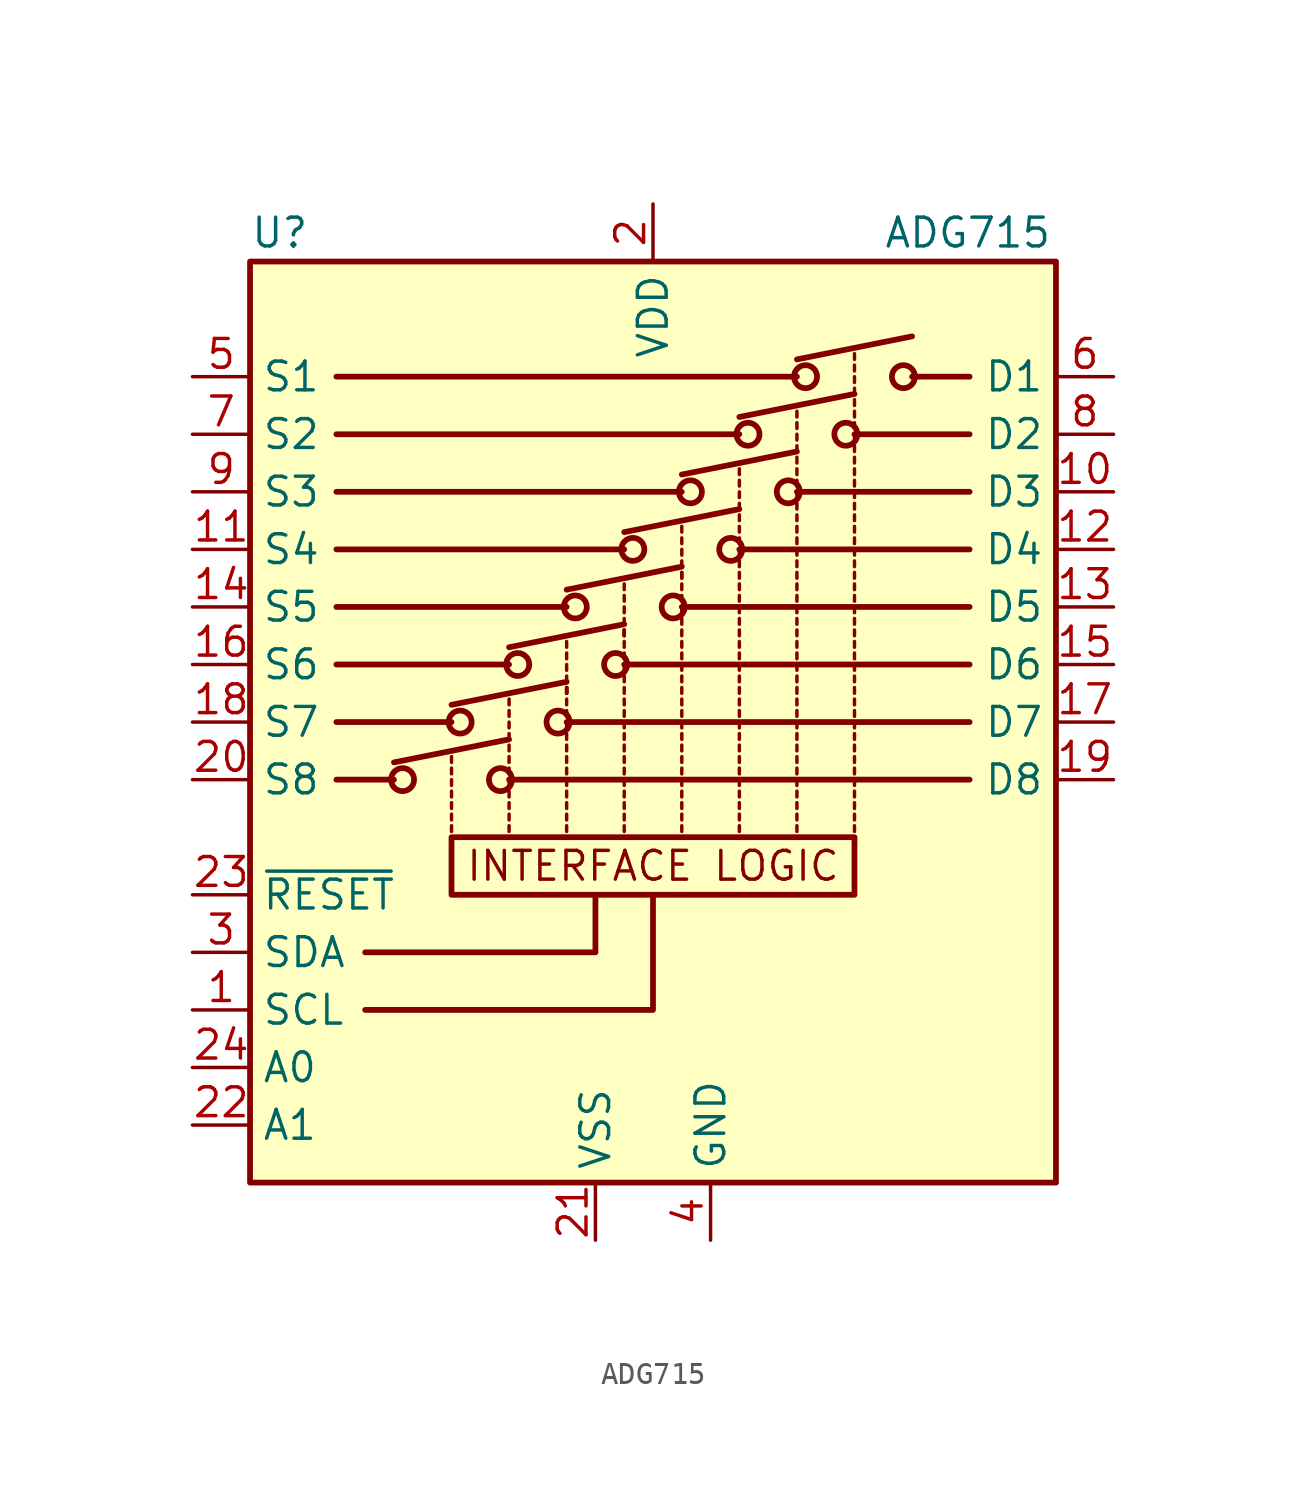
<source format=kicad_sym>
(kicad_symbol_lib
  (version 20201005)
  (generator kicad_symbol_editor)
  (symbol "Analog_Switch:ADG715"
    (property "Reference" "U"
      (at -17.78 24.13 0)
      (effects (font (size 1.27 1.27)) (justify left)))
    (property "Value" "ADG715"
      (at 10.16 24.13 0)
      (effects (font (size 1.27 1.27)) (justify left)))
    (symbol "ADG715_0_0"
      (text "INTERFACE LOGIC" (at 0 -3.81 0) (effects (font (size 1.27 1.27))))
      (polyline (pts (xy -12.7 -7.62) (xy -2.54 -7.62) (xy -2.54 -5.08)) (stroke (width 0.254)) (fill (type none)))
      (polyline (pts (xy -12.7 -10.16) (xy 0 -10.16) (xy 0 -7.62) (xy 0 -5.08)) (stroke (width 0.254)) (fill (type none))))
    (symbol "ADG715_0_1"
      (rectangle (start -17.78 -17.78) (end 17.78 22.86) (stroke (width 0.254)) (fill (type background)))
      (rectangle (start -8.89 -2.54) (end 8.89 -5.08) (stroke (width 0.254)) (fill (type none)))
      (polyline (pts (xy -11.43 0) (xy -13.97 0)) (stroke (width 0.254)) (fill (type none)))
      (polyline (pts (xy -8.89 2.54) (xy -13.97 2.54)) (stroke (width 0.254)) (fill (type none)))
      (polyline (pts (xy -6.35 0) (xy 13.97 0)) (stroke (width 0.254)) (fill (type none)))
      (polyline (pts (xy -6.35 5.08) (xy -13.97 5.08)) (stroke (width 0.254)) (fill (type none)))
      (polyline (pts (xy -3.81 2.54) (xy 13.97 2.54)) (stroke (width 0.254)) (fill (type none)))
      (polyline (pts (xy -3.81 7.62) (xy -13.97 7.62)) (stroke (width 0.254)) (fill (type none)))
      (polyline (pts (xy -1.27 5.08) (xy 13.97 5.08)) (stroke (width 0.254)) (fill (type none)))
      (polyline (pts (xy -1.27 10.16) (xy -13.97 10.16)) (stroke (width 0.254)) (fill (type none)))
      (polyline (pts (xy 1.27 7.62) (xy 13.97 7.62)) (stroke (width 0.254)) (fill (type none)))
      (polyline (pts (xy 1.27 12.7) (xy -13.97 12.7)) (stroke (width 0.254)) (fill (type none)))
      (polyline (pts (xy 3.81 10.16) (xy 13.97 10.16)) (stroke (width 0.254)) (fill (type none)))
      (polyline (pts (xy 3.81 15.24) (xy -13.97 15.24)) (stroke (width 0.254)) (fill (type none)))
      (polyline (pts (xy 6.35 12.7) (xy 13.97 12.7)) (stroke (width 0.254)) (fill (type none)))
      (polyline (pts (xy 6.35 17.78) (xy -13.97 17.78)) (stroke (width 0.254)) (fill (type none)))
      (polyline (pts (xy 8.89 15.24) (xy 13.97 15.24)) (stroke (width 0.254)) (fill (type none)))
      (polyline (pts (xy 11.43 17.78) (xy 13.97 17.78)) (stroke (width 0.254)) (fill (type none))))
    (symbol "ADG715_1_1"
      (circle (center -11.049 0) (radius 0.508) (stroke (width 0.254)) (fill (type none)))
      (circle (center -8.509 2.54) (radius 0.508) (stroke (width 0.254)) (fill (type none)))
      (circle (center -6.731 0) (radius 0.508) (stroke (width 0.254)) (fill (type none)))
      (circle (center -5.969 5.08) (radius 0.508) (stroke (width 0.254)) (fill (type none)))
      (circle (center -4.191 2.54) (radius 0.508) (stroke (width 0.254)) (fill (type none)))
      (circle (center -3.429 7.62) (radius 0.508) (stroke (width 0.254)) (fill (type none)))
      (circle (center -1.651 5.08) (radius 0.508) (stroke (width 0.254)) (fill (type none)))
      (circle (center -0.889 10.16) (radius 0.508) (stroke (width 0.254)) (fill (type none)))
      (circle (center 0.889 7.62) (radius 0.508) (stroke (width 0.254)) (fill (type none)))
      (circle (center 1.651 12.7) (radius 0.508) (stroke (width 0.254)) (fill (type none)))
      (circle (center 3.429 10.16) (radius 0.508) (stroke (width 0.254)) (fill (type none)))
      (circle (center 4.191 15.24) (radius 0.508) (stroke (width 0.254)) (fill (type none)))
      (circle (center 5.969 12.7) (radius 0.508) (stroke (width 0.254)) (fill (type none)))
      (circle (center 6.731 17.78) (radius 0.508) (stroke (width 0.254)) (fill (type none)))
      (circle (center 8.509 15.24) (radius 0.508) (stroke (width 0.254)) (fill (type none)))
      (circle (center 11.049 17.78) (radius 0.508) (stroke (width 0.254)) (fill (type none)))
      (polyline (pts (xy -11.43 0.762) (xy -6.35 1.778)) (stroke (width 0.254)) (fill (type none)))
      (polyline (pts (xy -8.89 -2.286) (xy -8.89 -2.032)) (stroke (width 0)) (fill (type none)))
      (polyline (pts (xy -8.89 -1.778) (xy -8.89 -1.524)) (stroke (width 0)) (fill (type none)))
      (polyline (pts (xy -8.89 -1.27) (xy -8.89 -1.016)) (stroke (width 0)) (fill (type none)))
      (polyline (pts (xy -8.89 -0.762) (xy -8.89 -0.508)) (stroke (width 0)) (fill (type none)))
      (polyline (pts (xy -8.89 -0.254) (xy -8.89 0)) (stroke (width 0)) (fill (type none)))
      (polyline (pts (xy -8.89 0.254) (xy -8.89 0.508)) (stroke (width 0)) (fill (type none)))
      (polyline (pts (xy -8.89 0.762) (xy -8.89 1.016)) (stroke (width 0)) (fill (type none)))
      (polyline (pts (xy -8.89 3.302) (xy -3.81 4.318)) (stroke (width 0.254)) (fill (type none)))
      (polyline (pts (xy -6.35 -2.286) (xy -6.35 -2.032)) (stroke (width 0)) (fill (type none)))
      (polyline (pts (xy -6.35 -1.778) (xy -6.35 -1.524)) (stroke (width 0)) (fill (type none)))
      (polyline (pts (xy -6.35 -1.27) (xy -6.35 -1.016)) (stroke (width 0)) (fill (type none)))
      (polyline (pts (xy -6.35 -0.762) (xy -6.35 -0.508)) (stroke (width 0)) (fill (type none)))
      (polyline (pts (xy -6.35 -0.254) (xy -6.35 0)) (stroke (width 0)) (fill (type none)))
      (polyline (pts (xy -6.35 0.254) (xy -6.35 0.508)) (stroke (width 0)) (fill (type none)))
      (polyline (pts (xy -6.35 0.762) (xy -6.35 1.016)) (stroke (width 0)) (fill (type none)))
      (polyline (pts (xy -6.35 1.27) (xy -6.35 1.524)) (stroke (width 0)) (fill (type none)))
      (polyline (pts (xy -6.35 1.778) (xy -6.35 2.032)) (stroke (width 0)) (fill (type none)))
      (polyline (pts (xy -6.35 2.286) (xy -6.35 2.54)) (stroke (width 0)) (fill (type none)))
      (polyline (pts (xy -6.35 2.794) (xy -6.35 3.048)) (stroke (width 0)) (fill (type none)))
      (polyline (pts (xy -6.35 3.302) (xy -6.35 3.556)) (stroke (width 0)) (fill (type none)))
      (polyline (pts (xy -6.35 5.842) (xy -1.27 6.858)) (stroke (width 0.254)) (fill (type none)))
      (polyline (pts (xy -3.81 -2.286) (xy -3.81 -2.032)) (stroke (width 0)) (fill (type none)))
      (polyline (pts (xy -3.81 -1.778) (xy -3.81 -1.524)) (stroke (width 0)) (fill (type none)))
      (polyline (pts (xy -3.81 -1.27) (xy -3.81 -1.016)) (stroke (width 0)) (fill (type none)))
      (polyline (pts (xy -3.81 -0.762) (xy -3.81 -0.508)) (stroke (width 0)) (fill (type none)))
      (polyline (pts (xy -3.81 -0.254) (xy -3.81 0)) (stroke (width 0)) (fill (type none)))
      (polyline (pts (xy -3.81 0.254) (xy -3.81 0.508)) (stroke (width 0)) (fill (type none)))
      (polyline (pts (xy -3.81 0.762) (xy -3.81 1.016)) (stroke (width 0)) (fill (type none)))
      (polyline (pts (xy -3.81 1.27) (xy -3.81 1.524)) (stroke (width 0)) (fill (type none)))
      (polyline (pts (xy -3.81 1.778) (xy -3.81 2.032)) (stroke (width 0)) (fill (type none)))
      (polyline (pts (xy -3.81 2.286) (xy -3.81 2.54)) (stroke (width 0)) (fill (type none)))
      (polyline (pts (xy -3.81 2.794) (xy -3.81 3.048)) (stroke (width 0)) (fill (type none)))
      (polyline (pts (xy -3.81 3.302) (xy -3.81 3.556)) (stroke (width 0)) (fill (type none)))
      (polyline (pts (xy -3.81 3.81) (xy -3.81 4.064)) (stroke (width 0)) (fill (type none)))
      (polyline (pts (xy -3.81 3.81) (xy -3.81 4.064)) (stroke (width 0)) (fill (type none)))
      (polyline (pts (xy -3.81 3.81) (xy -3.81 4.064)) (stroke (width 0)) (fill (type none)))
      (polyline (pts (xy -3.81 3.81) (xy -3.81 4.064)) (stroke (width 0)) (fill (type none)))
      (polyline (pts (xy -3.81 4.318) (xy -3.81 4.572)) (stroke (width 0)) (fill (type none)))
      (polyline (pts (xy -3.81 4.826) (xy -3.81 5.08)) (stroke (width 0)) (fill (type none)))
      (polyline (pts (xy -3.81 5.334) (xy -3.81 5.588)) (stroke (width 0)) (fill (type none)))
      (polyline (pts (xy -3.81 5.842) (xy -3.81 6.096)) (stroke (width 0)) (fill (type none)))
      (polyline (pts (xy -3.81 8.382) (xy 1.27 9.398)) (stroke (width 0.254)) (fill (type none)))
      (polyline (pts (xy -1.27 -2.286) (xy -1.27 -2.032)) (stroke (width 0)) (fill (type none)))
      (polyline (pts (xy -1.27 -1.778) (xy -1.27 -1.524)) (stroke (width 0)) (fill (type none)))
      (polyline (pts (xy -1.27 -1.27) (xy -1.27 -1.016)) (stroke (width 0)) (fill (type none)))
      (polyline (pts (xy -1.27 -0.762) (xy -1.27 -0.508)) (stroke (width 0)) (fill (type none)))
      (polyline (pts (xy -1.27 -0.254) (xy -1.27 0)) (stroke (width 0)) (fill (type none)))
      (polyline (pts (xy -1.27 0.254) (xy -1.27 0.508)) (stroke (width 0)) (fill (type none)))
      (polyline (pts (xy -1.27 0.762) (xy -1.27 1.016)) (stroke (width 0)) (fill (type none)))
      (polyline (pts (xy -1.27 1.27) (xy -1.27 1.524)) (stroke (width 0)) (fill (type none)))
      (polyline (pts (xy -1.27 1.778) (xy -1.27 2.032)) (stroke (width 0)) (fill (type none)))
      (polyline (pts (xy -1.27 2.286) (xy -1.27 2.54)) (stroke (width 0)) (fill (type none)))
      (polyline (pts (xy -1.27 2.794) (xy -1.27 3.048)) (stroke (width 0)) (fill (type none)))
      (polyline (pts (xy -1.27 3.302) (xy -1.27 3.556)) (stroke (width 0)) (fill (type none)))
      (polyline (pts (xy -1.27 3.81) (xy -1.27 4.064)) (stroke (width 0)) (fill (type none)))
      (polyline (pts (xy -1.27 4.318) (xy -1.27 4.572)) (stroke (width 0)) (fill (type none)))
      (polyline (pts (xy -1.27 4.826) (xy -1.27 5.08)) (stroke (width 0)) (fill (type none)))
      (polyline (pts (xy -1.27 5.334) (xy -1.27 5.588)) (stroke (width 0)) (fill (type none)))
      (polyline (pts (xy -1.27 5.842) (xy -1.27 6.096)) (stroke (width 0)) (fill (type none)))
      (polyline (pts (xy -1.27 6.35) (xy -1.27 6.604)) (stroke (width 0)) (fill (type none)))
      (polyline (pts (xy -1.27 6.35) (xy -1.27 6.604)) (stroke (width 0)) (fill (type none)))
      (polyline (pts (xy -1.27 6.35) (xy -1.27 6.604)) (stroke (width 0)) (fill (type none)))
      (polyline (pts (xy -1.27 6.858) (xy -1.27 7.112)) (stroke (width 0)) (fill (type none)))
      (polyline (pts (xy -1.27 7.366) (xy -1.27 7.62)) (stroke (width 0)) (fill (type none)))
      (polyline (pts (xy -1.27 7.874) (xy -1.27 8.128)) (stroke (width 0)) (fill (type none)))
      (polyline (pts (xy -1.27 8.382) (xy -1.27 8.636)) (stroke (width 0)) (fill (type none)))
      (polyline (pts (xy -1.27 10.922) (xy 3.81 11.938)) (stroke (width 0.254)) (fill (type none)))
      (polyline (pts (xy 1.27 -2.286) (xy 1.27 -2.032)) (stroke (width 0)) (fill (type none)))
      (polyline (pts (xy 1.27 -1.778) (xy 1.27 -1.524)) (stroke (width 0)) (fill (type none)))
      (polyline (pts (xy 1.27 -1.27) (xy 1.27 -1.016)) (stroke (width 0)) (fill (type none)))
      (polyline (pts (xy 1.27 -0.762) (xy 1.27 -0.508)) (stroke (width 0)) (fill (type none)))
      (polyline (pts (xy 1.27 -0.254) (xy 1.27 0)) (stroke (width 0)) (fill (type none)))
      (polyline (pts (xy 1.27 0.254) (xy 1.27 0.508)) (stroke (width 0)) (fill (type none)))
      (polyline (pts (xy 1.27 0.762) (xy 1.27 1.016)) (stroke (width 0)) (fill (type none)))
      (polyline (pts (xy 1.27 1.27) (xy 1.27 1.524)) (stroke (width 0)) (fill (type none)))
      (polyline (pts (xy 1.27 1.778) (xy 1.27 2.032)) (stroke (width 0)) (fill (type none)))
      (polyline (pts (xy 1.27 2.286) (xy 1.27 2.54)) (stroke (width 0)) (fill (type none)))
      (polyline (pts (xy 1.27 2.794) (xy 1.27 3.048)) (stroke (width 0)) (fill (type none)))
      (polyline (pts (xy 1.27 3.302) (xy 1.27 3.556)) (stroke (width 0)) (fill (type none)))
      (polyline (pts (xy 1.27 3.81) (xy 1.27 4.064)) (stroke (width 0)) (fill (type none)))
      (polyline (pts (xy 1.27 4.318) (xy 1.27 4.572)) (stroke (width 0)) (fill (type none)))
      (polyline (pts (xy 1.27 4.826) (xy 1.27 5.08)) (stroke (width 0)) (fill (type none)))
      (polyline (pts (xy 1.27 5.334) (xy 1.27 5.588)) (stroke (width 0)) (fill (type none)))
      (polyline (pts (xy 1.27 5.842) (xy 1.27 6.096)) (stroke (width 0)) (fill (type none)))
      (polyline (pts (xy 1.27 6.35) (xy 1.27 6.604)) (stroke (width 0)) (fill (type none)))
      (polyline (pts (xy 1.27 6.858) (xy 1.27 7.112)) (stroke (width 0)) (fill (type none)))
      (polyline (pts (xy 1.27 7.366) (xy 1.27 7.62)) (stroke (width 0)) (fill (type none)))
      (polyline (pts (xy 1.27 7.874) (xy 1.27 8.128)) (stroke (width 0)) (fill (type none)))
      (polyline (pts (xy 1.27 8.382) (xy 1.27 8.636)) (stroke (width 0)) (fill (type none)))
      (polyline (pts (xy 1.27 8.89) (xy 1.27 9.144)) (stroke (width 0)) (fill (type none)))
      (polyline (pts (xy 1.27 8.89) (xy 1.27 9.144)) (stroke (width 0)) (fill (type none)))
      (polyline (pts (xy 1.27 9.398) (xy 1.27 9.652)) (stroke (width 0)) (fill (type none)))
      (polyline (pts (xy 1.27 9.906) (xy 1.27 10.16)) (stroke (width 0)) (fill (type none)))
      (polyline (pts (xy 1.27 10.414) (xy 1.27 10.668)) (stroke (width 0)) (fill (type none)))
      (polyline (pts (xy 1.27 10.922) (xy 1.27 11.176)) (stroke (width 0)) (fill (type none)))
      (polyline (pts (xy 1.27 13.462) (xy 6.35 14.478)) (stroke (width 0.254)) (fill (type none)))
      (polyline (pts (xy 3.81 -2.286) (xy 3.81 -2.032)) (stroke (width 0)) (fill (type none)))
      (polyline (pts (xy 3.81 -1.778) (xy 3.81 -1.524)) (stroke (width 0)) (fill (type none)))
      (polyline (pts (xy 3.81 -1.27) (xy 3.81 -1.016)) (stroke (width 0)) (fill (type none)))
      (polyline (pts (xy 3.81 -0.762) (xy 3.81 -0.508)) (stroke (width 0)) (fill (type none)))
      (polyline (pts (xy 3.81 -0.254) (xy 3.81 0)) (stroke (width 0)) (fill (type none)))
      (polyline (pts (xy 3.81 0.254) (xy 3.81 0.508)) (stroke (width 0)) (fill (type none)))
      (polyline (pts (xy 3.81 0.762) (xy 3.81 1.016)) (stroke (width 0)) (fill (type none)))
      (polyline (pts (xy 3.81 1.27) (xy 3.81 1.524)) (stroke (width 0)) (fill (type none)))
      (polyline (pts (xy 3.81 1.778) (xy 3.81 2.032)) (stroke (width 0)) (fill (type none)))
      (polyline (pts (xy 3.81 2.286) (xy 3.81 2.54)) (stroke (width 0)) (fill (type none)))
      (polyline (pts (xy 3.81 2.794) (xy 3.81 3.048)) (stroke (width 0)) (fill (type none)))
      (polyline (pts (xy 3.81 3.302) (xy 3.81 3.556)) (stroke (width 0)) (fill (type none)))
      (polyline (pts (xy 3.81 3.81) (xy 3.81 4.064)) (stroke (width 0)) (fill (type none)))
      (polyline (pts (xy 3.81 4.318) (xy 3.81 4.572)) (stroke (width 0)) (fill (type none)))
      (polyline (pts (xy 3.81 4.826) (xy 3.81 5.08)) (stroke (width 0)) (fill (type none)))
      (polyline (pts (xy 3.81 5.334) (xy 3.81 5.588)) (stroke (width 0)) (fill (type none)))
      (polyline (pts (xy 3.81 5.842) (xy 3.81 6.096)) (stroke (width 0)) (fill (type none)))
      (polyline (pts (xy 3.81 6.35) (xy 3.81 6.604)) (stroke (width 0)) (fill (type none)))
      (polyline (pts (xy 3.81 6.858) (xy 3.81 7.112)) (stroke (width 0)) (fill (type none)))
      (polyline (pts (xy 3.81 7.366) (xy 3.81 7.62)) (stroke (width 0)) (fill (type none)))
      (polyline (pts (xy 3.81 7.874) (xy 3.81 8.128)) (stroke (width 0)) (fill (type none)))
      (polyline (pts (xy 3.81 8.382) (xy 3.81 8.636)) (stroke (width 0)) (fill (type none)))
      (polyline (pts (xy 3.81 8.89) (xy 3.81 9.144)) (stroke (width 0)) (fill (type none)))
      (polyline (pts (xy 3.81 9.398) (xy 3.81 9.652)) (stroke (width 0)) (fill (type none)))
      (polyline (pts (xy 3.81 9.906) (xy 3.81 10.16)) (stroke (width 0)) (fill (type none)))
      (polyline (pts (xy 3.81 10.414) (xy 3.81 10.668)) (stroke (width 0)) (fill (type none)))
      (polyline (pts (xy 3.81 10.922) (xy 3.81 11.176)) (stroke (width 0)) (fill (type none)))
      (polyline (pts (xy 3.81 11.43) (xy 3.81 11.684)) (stroke (width 0)) (fill (type none)))
      (polyline (pts (xy 3.81 11.938) (xy 3.81 12.192)) (stroke (width 0)) (fill (type none)))
      (polyline (pts (xy 3.81 12.446) (xy 3.81 12.7)) (stroke (width 0)) (fill (type none)))
      (polyline (pts (xy 3.81 12.954) (xy 3.81 13.208)) (stroke (width 0)) (fill (type none)))
      (polyline (pts (xy 3.81 13.462) (xy 3.81 13.716)) (stroke (width 0)) (fill (type none)))
      (polyline (pts (xy 3.81 16.002) (xy 8.89 17.018)) (stroke (width 0.254)) (fill (type none)))
      (polyline (pts (xy 6.35 -2.286) (xy 6.35 -2.032)) (stroke (width 0)) (fill (type none)))
      (polyline (pts (xy 6.35 -1.778) (xy 6.35 -1.524)) (stroke (width 0)) (fill (type none)))
      (polyline (pts (xy 6.35 -1.27) (xy 6.35 -1.016)) (stroke (width 0)) (fill (type none)))
      (polyline (pts (xy 6.35 -0.762) (xy 6.35 -0.508)) (stroke (width 0)) (fill (type none)))
      (polyline (pts (xy 6.35 -0.254) (xy 6.35 0)) (stroke (width 0)) (fill (type none)))
      (polyline (pts (xy 6.35 0.254) (xy 6.35 0.508)) (stroke (width 0)) (fill (type none)))
      (polyline (pts (xy 6.35 0.762) (xy 6.35 1.016)) (stroke (width 0)) (fill (type none)))
      (polyline (pts (xy 6.35 1.27) (xy 6.35 1.524)) (stroke (width 0)) (fill (type none)))
      (polyline (pts (xy 6.35 1.778) (xy 6.35 2.032)) (stroke (width 0)) (fill (type none)))
      (polyline (pts (xy 6.35 2.286) (xy 6.35 2.54)) (stroke (width 0)) (fill (type none)))
      (polyline (pts (xy 6.35 2.794) (xy 6.35 3.048)) (stroke (width 0)) (fill (type none)))
      (polyline (pts (xy 6.35 3.302) (xy 6.35 3.556)) (stroke (width 0)) (fill (type none)))
      (polyline (pts (xy 6.35 3.81) (xy 6.35 4.064)) (stroke (width 0)) (fill (type none)))
      (polyline (pts (xy 6.35 4.318) (xy 6.35 4.572)) (stroke (width 0)) (fill (type none)))
      (polyline (pts (xy 6.35 4.826) (xy 6.35 5.08)) (stroke (width 0)) (fill (type none)))
      (polyline (pts (xy 6.35 5.334) (xy 6.35 5.588)) (stroke (width 0)) (fill (type none)))
      (polyline (pts (xy 6.35 5.842) (xy 6.35 6.096)) (stroke (width 0)) (fill (type none)))
      (polyline (pts (xy 6.35 6.35) (xy 6.35 6.604)) (stroke (width 0)) (fill (type none)))
      (polyline (pts (xy 6.35 6.858) (xy 6.35 7.112)) (stroke (width 0)) (fill (type none)))
      (polyline (pts (xy 6.35 7.366) (xy 6.35 7.62)) (stroke (width 0)) (fill (type none)))
      (polyline (pts (xy 6.35 7.874) (xy 6.35 8.128)) (stroke (width 0)) (fill (type none)))
      (polyline (pts (xy 6.35 8.382) (xy 6.35 8.636)) (stroke (width 0)) (fill (type none)))
      (polyline (pts (xy 6.35 8.89) (xy 6.35 9.144)) (stroke (width 0)) (fill (type none)))
      (polyline (pts (xy 6.35 9.398) (xy 6.35 9.652)) (stroke (width 0)) (fill (type none)))
      (polyline (pts (xy 6.35 9.906) (xy 6.35 10.16)) (stroke (width 0)) (fill (type none)))
      (polyline (pts (xy 6.35 10.414) (xy 6.35 10.668)) (stroke (width 0)) (fill (type none)))
      (polyline (pts (xy 6.35 10.922) (xy 6.35 11.176)) (stroke (width 0)) (fill (type none)))
      (polyline (pts (xy 6.35 11.43) (xy 6.35 11.684)) (stroke (width 0)) (fill (type none)))
      (polyline (pts (xy 6.35 11.938) (xy 6.35 12.192)) (stroke (width 0)) (fill (type none)))
      (polyline (pts (xy 6.35 12.446) (xy 6.35 12.7)) (stroke (width 0)) (fill (type none)))
      (polyline (pts (xy 6.35 12.954) (xy 6.35 13.208)) (stroke (width 0)) (fill (type none)))
      (polyline (pts (xy 6.35 13.462) (xy 6.35 13.716)) (stroke (width 0)) (fill (type none)))
      (polyline (pts (xy 6.35 13.97) (xy 6.35 14.224)) (stroke (width 0)) (fill (type none)))
      (polyline (pts (xy 6.35 14.478) (xy 6.35 14.732)) (stroke (width 0)) (fill (type none)))
      (polyline (pts (xy 6.35 14.986) (xy 6.35 15.24)) (stroke (width 0)) (fill (type none)))
      (polyline (pts (xy 6.35 15.494) (xy 6.35 15.748)) (stroke (width 0)) (fill (type none)))
      (polyline (pts (xy 6.35 16.002) (xy 6.35 16.256)) (stroke (width 0)) (fill (type none)))
      (polyline (pts (xy 6.35 18.542) (xy 11.43 19.558)) (stroke (width 0.254)) (fill (type none)))
      (polyline (pts (xy 8.89 -2.286) (xy 8.89 -2.032)) (stroke (width 0)) (fill (type none)))
      (polyline (pts (xy 8.89 -1.778) (xy 8.89 -1.524)) (stroke (width 0)) (fill (type none)))
      (polyline (pts (xy 8.89 -1.27) (xy 8.89 -1.016)) (stroke (width 0)) (fill (type none)))
      (polyline (pts (xy 8.89 -0.762) (xy 8.89 -0.508)) (stroke (width 0)) (fill (type none)))
      (polyline (pts (xy 8.89 -0.254) (xy 8.89 0)) (stroke (width 0)) (fill (type none)))
      (polyline (pts (xy 8.89 0.254) (xy 8.89 0.508)) (stroke (width 0)) (fill (type none)))
      (polyline (pts (xy 8.89 0.762) (xy 8.89 1.016)) (stroke (width 0)) (fill (type none)))
      (polyline (pts (xy 8.89 1.27) (xy 8.89 1.524)) (stroke (width 0)) (fill (type none)))
      (polyline (pts (xy 8.89 1.778) (xy 8.89 2.032)) (stroke (width 0)) (fill (type none)))
      (polyline (pts (xy 8.89 2.286) (xy 8.89 2.54)) (stroke (width 0)) (fill (type none)))
      (polyline (pts (xy 8.89 2.794) (xy 8.89 3.048)) (stroke (width 0)) (fill (type none)))
      (polyline (pts (xy 8.89 3.302) (xy 8.89 3.556)) (stroke (width 0)) (fill (type none)))
      (polyline (pts (xy 8.89 3.81) (xy 8.89 4.064)) (stroke (width 0)) (fill (type none)))
      (polyline (pts (xy 8.89 4.318) (xy 8.89 4.572)) (stroke (width 0)) (fill (type none)))
      (polyline (pts (xy 8.89 4.826) (xy 8.89 5.08)) (stroke (width 0)) (fill (type none)))
      (polyline (pts (xy 8.89 5.334) (xy 8.89 5.588)) (stroke (width 0)) (fill (type none)))
      (polyline (pts (xy 8.89 5.842) (xy 8.89 6.096)) (stroke (width 0)) (fill (type none)))
      (polyline (pts (xy 8.89 6.35) (xy 8.89 6.604)) (stroke (width 0)) (fill (type none)))
      (polyline (pts (xy 8.89 6.858) (xy 8.89 7.112)) (stroke (width 0)) (fill (type none)))
      (polyline (pts (xy 8.89 7.366) (xy 8.89 7.62)) (stroke (width 0)) (fill (type none)))
      (polyline (pts (xy 8.89 7.874) (xy 8.89 8.128)) (stroke (width 0)) (fill (type none)))
      (polyline (pts (xy 8.89 8.382) (xy 8.89 8.636)) (stroke (width 0)) (fill (type none)))
      (polyline (pts (xy 8.89 8.89) (xy 8.89 9.144)) (stroke (width 0)) (fill (type none)))
      (polyline (pts (xy 8.89 9.398) (xy 8.89 9.652)) (stroke (width 0)) (fill (type none)))
      (polyline (pts (xy 8.89 9.906) (xy 8.89 10.16)) (stroke (width 0)) (fill (type none)))
      (polyline (pts (xy 8.89 10.414) (xy 8.89 10.668)) (stroke (width 0)) (fill (type none)))
      (polyline (pts (xy 8.89 10.922) (xy 8.89 11.176)) (stroke (width 0)) (fill (type none)))
      (polyline (pts (xy 8.89 11.43) (xy 8.89 11.684)) (stroke (width 0)) (fill (type none)))
      (polyline (pts (xy 8.89 11.938) (xy 8.89 12.192)) (stroke (width 0)) (fill (type none)))
      (polyline (pts (xy 8.89 12.446) (xy 8.89 12.7)) (stroke (width 0)) (fill (type none)))
      (polyline (pts (xy 8.89 12.954) (xy 8.89 13.208)) (stroke (width 0)) (fill (type none)))
      (polyline (pts (xy 8.89 13.462) (xy 8.89 13.716)) (stroke (width 0)) (fill (type none)))
      (polyline (pts (xy 8.89 13.97) (xy 8.89 14.224)) (stroke (width 0)) (fill (type none)))
      (polyline (pts (xy 8.89 14.478) (xy 8.89 14.732)) (stroke (width 0)) (fill (type none)))
      (polyline (pts (xy 8.89 14.986) (xy 8.89 15.24)) (stroke (width 0)) (fill (type none)))
      (polyline (pts (xy 8.89 15.494) (xy 8.89 15.748)) (stroke (width 0)) (fill (type none)))
      (polyline (pts (xy 8.89 16.002) (xy 8.89 16.256)) (stroke (width 0)) (fill (type none)))
      (polyline (pts (xy 8.89 16.51) (xy 8.89 16.764)) (stroke (width 0)) (fill (type none)))
      (polyline (pts (xy 8.89 17.018) (xy 8.89 17.272)) (stroke (width 0)) (fill (type none)))
      (polyline (pts (xy 8.89 17.526) (xy 8.89 17.78)) (stroke (width 0)) (fill (type none)))
      (polyline (pts (xy 8.89 18.034) (xy 8.89 18.288)) (stroke (width 0)) (fill (type none)))
      (polyline (pts (xy 8.89 18.542) (xy 8.89 18.796)) (stroke (width 0)) (fill (type none)))
      (pin input line (at -20.32 -10.16 0) (length 2.54) (name "SCL" (effects (font (size 1.27 1.27)))) (number "1" (effects (font (size 1.27 1.27)))))
      (pin passive line (at 20.32 12.7 180) (length 2.54) (name "D3" (effects (font (size 1.27 1.27)))) (number "10" (effects (font (size 1.27 1.27)))))
      (pin passive line (at -20.32 10.16 0) (length 2.54) (name "S4" (effects (font (size 1.27 1.27)))) (number "11" (effects (font (size 1.27 1.27)))))
      (pin passive line (at 20.32 10.16 180) (length 2.54) (name "D4" (effects (font (size 1.27 1.27)))) (number "12" (effects (font (size 1.27 1.27)))))
      (pin passive line (at 20.32 7.62 180) (length 2.54) (name "D5" (effects (font (size 1.27 1.27)))) (number "13" (effects (font (size 1.27 1.27)))))
      (pin passive line (at -20.32 7.62 0) (length 2.54) (name "S5" (effects (font (size 1.27 1.27)))) (number "14" (effects (font (size 1.27 1.27)))))
      (pin passive line (at 20.32 5.08 180) (length 2.54) (name "D6" (effects (font (size 1.27 1.27)))) (number "15" (effects (font (size 1.27 1.27)))))
      (pin passive line (at -20.32 5.08 0) (length 2.54) (name "S6" (effects (font (size 1.27 1.27)))) (number "16" (effects (font (size 1.27 1.27)))))
      (pin passive line (at 20.32 2.54 180) (length 2.54) (name "D7" (effects (font (size 1.27 1.27)))) (number "17" (effects (font (size 1.27 1.27)))))
      (pin passive line (at -20.32 2.54 0) (length 2.54) (name "S7" (effects (font (size 1.27 1.27)))) (number "18" (effects (font (size 1.27 1.27)))))
      (pin passive line (at 20.32 0 180) (length 2.54) (name "D8" (effects (font (size 1.27 1.27)))) (number "19" (effects (font (size 1.27 1.27)))))
      (pin power_in line (at 0 25.4 270) (length 2.54) (name "VDD" (effects (font (size 1.27 1.27)))) (number "2" (effects (font (size 1.27 1.27)))))
      (pin passive line (at -20.32 0 0) (length 2.54) (name "S8" (effects (font (size 1.27 1.27)))) (number "20" (effects (font (size 1.27 1.27)))))
      (pin power_in line (at -2.54 -20.32 90) (length 2.54) (name "VSS" (effects (font (size 1.27 1.27)))) (number "21" (effects (font (size 1.27 1.27)))))
      (pin input line (at -20.32 -15.24 0) (length 2.54) (name "A1" (effects (font (size 1.27 1.27)))) (number "22" (effects (font (size 1.27 1.27)))))
      (pin input line (at -20.32 -5.08 0) (length 2.54) (name "~RESET" (effects (font (size 1.27 1.27)))) (number "23" (effects (font (size 1.27 1.27)))))
      (pin input line (at -20.32 -12.7 0) (length 2.54) (name "A0" (effects (font (size 1.27 1.27)))) (number "24" (effects (font (size 1.27 1.27)))))
      (pin bidirectional line (at -20.32 -7.62 0) (length 2.54) (name "SDA" (effects (font (size 1.27 1.27)))) (number "3" (effects (font (size 1.27 1.27)))))
      (pin power_in line (at 2.54 -20.32 90) (length 2.54) (name "GND" (effects (font (size 1.27 1.27)))) (number "4" (effects (font (size 1.27 1.27)))))
      (pin passive line (at -20.32 17.78 0) (length 2.54) (name "S1" (effects (font (size 1.27 1.27)))) (number "5" (effects (font (size 1.27 1.27)))))
      (pin passive line (at 20.32 17.78 180) (length 2.54) (name "D1" (effects (font (size 1.27 1.27)))) (number "6" (effects (font (size 1.27 1.27)))))
      (pin passive line (at -20.32 15.24 0) (length 2.54) (name "S2" (effects (font (size 1.27 1.27)))) (number "7" (effects (font (size 1.27 1.27)))))
      (pin passive line (at 20.32 15.24 180) (length 2.54) (name "D2" (effects (font (size 1.27 1.27)))) (number "8" (effects (font (size 1.27 1.27)))))
      (pin passive line (at -20.32 12.7 0) (length 2.54) (name "S3" (effects (font (size 1.27 1.27)))) (number "9" (effects (font (size 1.27 1.27))))))))
</source>
